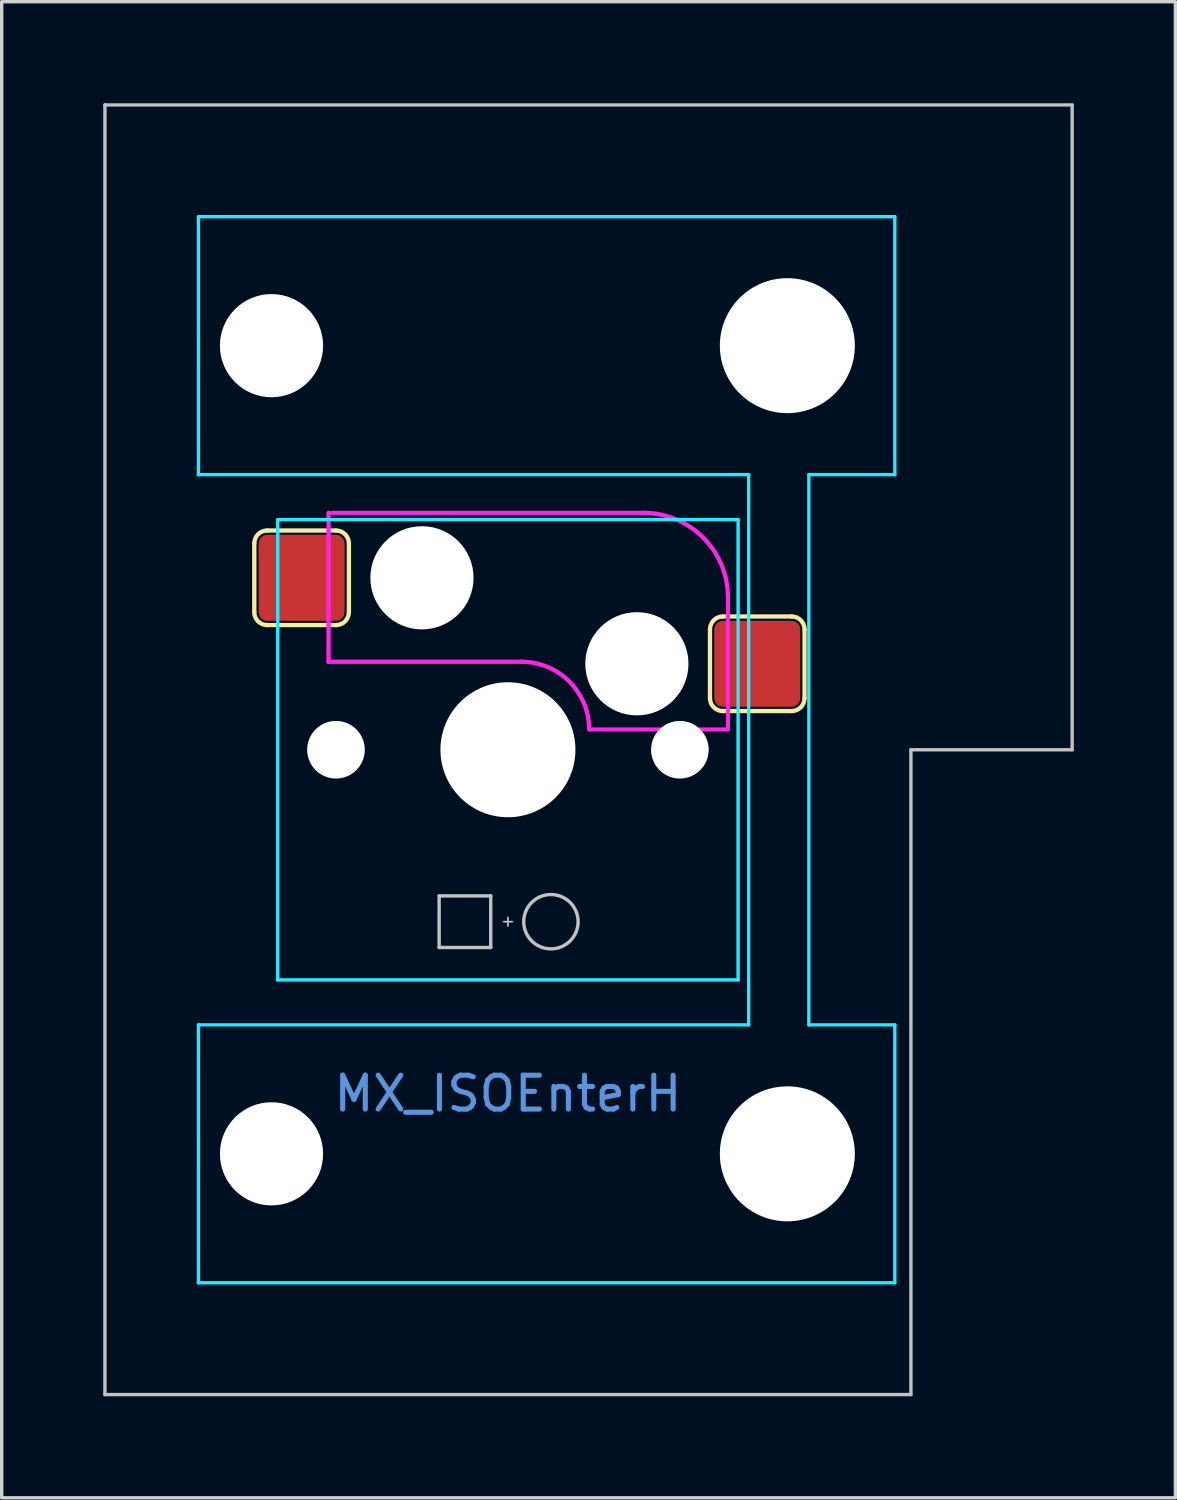
<source format=kicad_pcb>
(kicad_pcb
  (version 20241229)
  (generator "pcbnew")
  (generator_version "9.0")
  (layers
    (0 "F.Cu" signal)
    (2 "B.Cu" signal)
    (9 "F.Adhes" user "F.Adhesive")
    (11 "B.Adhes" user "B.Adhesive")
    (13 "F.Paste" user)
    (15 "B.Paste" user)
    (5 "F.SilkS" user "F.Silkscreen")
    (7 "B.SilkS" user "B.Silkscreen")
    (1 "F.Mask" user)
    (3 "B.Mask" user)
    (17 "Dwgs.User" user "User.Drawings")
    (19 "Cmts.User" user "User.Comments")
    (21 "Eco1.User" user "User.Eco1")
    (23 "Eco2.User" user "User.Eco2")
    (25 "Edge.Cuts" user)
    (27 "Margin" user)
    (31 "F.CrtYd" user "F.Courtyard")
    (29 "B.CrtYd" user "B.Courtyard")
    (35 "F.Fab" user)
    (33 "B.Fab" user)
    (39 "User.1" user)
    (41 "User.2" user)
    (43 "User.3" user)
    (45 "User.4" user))
  (footprint "MX_ISOEnterH"
    (layer "F.Cu")
    (at 11.956 19.1)
    (property "Reference" "MX_ISOEnterH" (at 0 10.16 0) (unlocked yes) (layer "Cmts.User") (effects (font (size 1 1) (thickness 0.15))))
    (attr smd)
    (fp_line (start -7.493 -6.096) (end -7.493 -4.064) (stroke (width 0.127) (type solid)) (layer "F.SilkS"))
    (fp_line (start -7.112 -3.683) (end -5.08 -3.683) (stroke (width 0.127) (type solid)) (layer "F.SilkS"))
    (fp_line (start -5.08 -6.477) (end -7.112 -6.477) (stroke (width 0.127) (type solid)) (layer "F.SilkS"))
    (fp_line (start -4.699 -4.064) (end -4.699 -6.096) (stroke (width 0.127) (type solid)) (layer "F.SilkS"))
    (fp_line (start 5.969 -3.556) (end 5.969 -1.524) (stroke (width 0.127) (type solid)) (layer "F.SilkS"))
    (fp_line (start 6.35 -1.143) (end 8.382 -1.143) (stroke (width 0.127) (type solid)) (layer "F.SilkS"))
    (fp_line (start 8.382 -3.937) (end 6.35 -3.937) (stroke (width 0.127) (type solid)) (layer "F.SilkS"))
    (fp_line (start 8.763 -1.524) (end 8.763 -3.556) (stroke (width 0.127) (type solid)) (layer "F.SilkS"))
    (fp_arc (start -7.493 -6.096) (mid -7.381408 -6.365408) (end -7.112 -6.477) (stroke (width 0.127) (type solid)) (layer "F.SilkS"))
    (fp_arc (start -7.112 -3.683) (mid -7.381408 -3.794592) (end -7.493 -4.064) (stroke (width 0.127) (type solid)) (layer "F.SilkS"))
    (fp_arc (start -5.08 -6.477) (mid -4.810592 -6.365408) (end -4.699 -6.096) (stroke (width 0.127) (type solid)) (layer "F.SilkS"))
    (fp_arc (start -4.699 -4.064) (mid -4.810592 -3.794592) (end -5.08 -3.683) (stroke (width 0.127) (type solid)) (layer "F.SilkS"))
    (fp_arc (start 5.969 -3.556) (mid 6.080592 -3.825408) (end 6.35 -3.937) (stroke (width 0.127) (type solid)) (layer "F.SilkS"))
    (fp_arc (start 6.35 -1.143) (mid 6.080592 -1.254592) (end 5.969 -1.524) (stroke (width 0.127) (type solid)) (layer "F.SilkS"))
    (fp_arc (start 8.382 -3.937) (mid 8.651408 -3.825408) (end 8.763 -3.556) (stroke (width 0.127) (type solid)) (layer "F.SilkS"))
    (fp_arc (start 8.763 -1.524) (mid 8.651408 -1.254592) (end 8.382 -1.143) (stroke (width 0.127) (type solid)) (layer "F.SilkS"))
    (fp_line (start -11.906 19.05) (end -11.906 -19.05) (stroke (width 0.1) (type solid)) (layer "Dwgs.User"))
    (fp_line (start -2.032 4.318) (end -2.032 5.842) (stroke (width 0.1) (type solid)) (layer "Dwgs.User"))
    (fp_line (start -2.032 5.842) (end -0.508 5.842) (stroke (width 0.1) (type solid)) (layer "Dwgs.User"))
    (fp_line (start -0.508 4.318) (end -2.032 4.318) (stroke (width 0.1) (type solid)) (layer "Dwgs.User"))
    (fp_line (start -0.508 4.318) (end -0.508 5.842) (stroke (width 0.1) (type solid)) (layer "Dwgs.User"))
    (fp_line (start -0.127 5.08) (end 0.127 5.08) (stroke (width 0.05) (type solid)) (layer "Dwgs.User"))
    (fp_line (start 0 5.207) (end 0 4.953) (stroke (width 0.05) (type solid)) (layer "Dwgs.User"))
    (fp_line (start 11.906 19.05) (end -11.906 19.05) (stroke (width 0.1) (type solid)) (layer "Dwgs.User"))
    (fp_line (start 11.906 19.05) (end 11.906 0) (stroke (width 0.1) (type solid)) (layer "Dwgs.User"))
    (fp_line (start 16.669 -19.05) (end -11.906 -19.05) (stroke (width 0.1) (type solid)) (layer "Dwgs.User"))
    (fp_line (start 16.669 0) (end 11.906 0) (stroke (width 0.1) (type solid)) (layer "Dwgs.User"))
    (fp_line (start 16.669 0) (end 16.669 -19.05) (stroke (width 0.1) (type solid)) (layer "Dwgs.User"))
    (fp_circle (center 1.27 5.08) (end 1.27 5.883) (stroke (width 0.1) (type solid)) (fill no) (layer "Dwgs.User"))
    (fp_line (start -6.985 -6.73) (end -6.985 6.732) (stroke (width 0.1) (type solid)) (layer "Eco1.User"))
    (fp_line (start -6.731 6.986) (end -5.852 6.986) (stroke (width 0.1) (type solid)) (layer "Eco1.User"))
    (fp_line (start -6.537 -15.651) (end -6.537 -9.09) (stroke (width 0.1) (type solid)) (layer "Eco1.User"))
    (fp_line (start -6.537 9.091) (end -6.537 15.652) (stroke (width 0.1) (type solid)) (layer "Eco1.User"))
    (fp_line (start -6.283 -8.836) (end -5.852 -8.836) (stroke (width 0.1) (type solid)) (layer "Eco1.User"))
    (fp_line (start -6.283 15.906) (end -3.423 15.906) (stroke (width 0.1) (type solid)) (layer "Eco1.User"))
    (fp_line (start -5.852 -6.984) (end -6.731 -6.984) (stroke (width 0.1) (type solid)) (layer "Eco1.User"))
    (fp_line (start -5.852 8.837) (end -6.283 8.837) (stroke (width 0.1) (type solid)) (layer "Eco1.User"))
    (fp_line (start -5.598 -8.582) (end -5.598 -7.238) (stroke (width 0.1) (type solid)) (layer "Eco1.User"))
    (fp_line (start -5.598 7.24) (end -5.598 8.583) (stroke (width 0.1) (type solid)) (layer "Eco1.User"))
    (fp_line (start -3.423 -15.905) (end -6.283 -15.905) (stroke (width 0.1) (type solid)) (layer "Eco1.User"))
    (fp_line (start -3.169 -16.492) (end -3.169 -16.159) (stroke (width 0.1) (type solid)) (layer "Eco1.User"))
    (fp_line (start -3.169 16.16) (end -3.169 16.494) (stroke (width 0.1) (type solid)) (layer "Eco1.User"))
    (fp_line (start -2.915 16.748) (end 0.563 16.748) (stroke (width 0.1) (type solid)) (layer "Eco1.User"))
    (fp_line (start -2.087 0.001) (end 2.104 0.001) (stroke (width 0.1) (type solid)) (layer "Eco1.User"))
    (fp_line (start -0.001 -2.158) (end -0.001 2.16) (stroke (width 0.1) (type solid)) (layer "Eco1.User"))
    (fp_line (start 0.563 -16.746) (end -2.915 -16.746) (stroke (width 0.1) (type solid)) (layer "Eco1.User"))
    (fp_line (start 0.817 -16.159) (end 0.817 -16.492) (stroke (width 0.1) (type solid)) (layer "Eco1.User"))
    (fp_line (start 0.817 16.494) (end 0.817 16.16) (stroke (width 0.1) (type solid)) (layer "Eco1.User"))
    (fp_line (start 1.071 15.906) (end 6.177 15.906) (stroke (width 0.1) (type solid)) (layer "Eco1.User"))
    (fp_line (start 5.757 -7.238) (end 5.757 -8.582) (stroke (width 0.1) (type solid)) (layer "Eco1.User"))
    (fp_line (start 5.757 8.583) (end 5.757 7.24) (stroke (width 0.1) (type solid)) (layer "Eco1.User"))
    (fp_line (start 6.011 -8.836) (end 6.289 -8.836) (stroke (width 0.1) (type solid)) (layer "Eco1.User"))
    (fp_line (start 6.011 6.986) (end 6.749 6.986) (stroke (width 0.1) (type solid)) (layer "Eco1.User"))
    (fp_line (start 6.177 -15.905) (end 1.071 -15.905) (stroke (width 0.1) (type solid)) (layer "Eco1.User"))
    (fp_line (start 6.289 8.837) (end 6.011 8.837) (stroke (width 0.1) (type solid)) (layer "Eco1.User"))
    (fp_line (start 6.431 -14.42) (end 6.431 -15.651) (stroke (width 0.1) (type solid)) (layer "Eco1.User"))
    (fp_line (start 6.431 15.652) (end 6.431 14.421) (stroke (width 0.1) (type solid)) (layer "Eco1.User"))
    (fp_line (start 6.543 -9.09) (end 6.543 -10.265) (stroke (width 0.1) (type solid)) (layer "Eco1.User"))
    (fp_line (start 6.543 10.266) (end 6.543 9.091) (stroke (width 0.1) (type solid)) (layer "Eco1.User"))
    (fp_line (start 6.685 14.167) (end 7.805 14.167) (stroke (width 0.1) (type solid)) (layer "Eco1.User"))
    (fp_line (start 6.749 -6.984) (end 6.011 -6.984) (stroke (width 0.1) (type solid)) (layer "Eco1.User"))
    (fp_line (start 6.797 -10.519) (end 7.805 -10.519) (stroke (width 0.1) (type solid)) (layer "Eco1.User"))
    (fp_line (start 7.003 6.732) (end 7.003 -6.73) (stroke (width 0.1) (type solid)) (layer "Eco1.User"))
    (fp_line (start 7.805 -14.166) (end 6.685 -14.166) (stroke (width 0.1) (type solid)) (layer "Eco1.User"))
    (fp_line (start 7.805 10.52) (end 6.797 10.52) (stroke (width 0.1) (type solid)) (layer "Eco1.User"))
    (fp_line (start 8.059 -10.773) (end 8.059 -13.912) (stroke (width 0.1) (type solid)) (layer "Eco1.User"))
    (fp_line (start 8.059 13.913) (end 8.059 10.774) (stroke (width 0.1) (type solid)) (layer "Eco1.User"))
    (fp_arc (start -6.985 -6.730206) (mid -6.910605 -6.909811) (end -6.731 -6.984206) (stroke (width 0.1) (type solid)) (layer "Eco1.User"))
    (fp_arc (start -6.731 6.985812) (mid -6.910605 6.911417) (end -6.985 6.731812) (stroke (width 0.1) (type solid)) (layer "Eco1.User"))
    (fp_arc (start -6.537389 -15.650819) (mid -6.462994 -15.830424) (end -6.283389 -15.904819) (stroke (width 0.1) (type solid)) (layer "Eco1.User"))
    (fp_arc (start -6.537389 9.09126) (mid -6.462994 8.911655) (end -6.283389 8.83726) (stroke (width 0.1) (type solid)) (layer "Eco1.User"))
    (fp_arc (start -6.283389 -8.835655) (mid -6.462994 -8.91005) (end -6.537389 -9.089655) (stroke (width 0.1) (type solid)) (layer "Eco1.User"))
    (fp_arc (start -6.283389 15.906426) (mid -6.462994 15.832031) (end -6.537389 15.652426) (stroke (width 0.1) (type solid)) (layer "Eco1.User"))
    (fp_arc (start -5.851639 -8.835655) (mid -5.672034 -8.76126) (end -5.597639 -8.581655) (stroke (width 0.1) (type solid)) (layer "Eco1.User"))
    (fp_arc (start -5.851639 6.985812) (mid -5.672034 7.060207) (end -5.597639 7.239812) (stroke (width 0.1) (type solid)) (layer "Eco1.User"))
    (fp_arc (start -5.597639 -7.238206) (mid -5.672034 -7.058601) (end -5.851639 -6.984206) (stroke (width 0.1) (type solid)) (layer "Eco1.User"))
    (fp_arc (start -5.597639 8.58326) (mid -5.672034 8.762865) (end -5.851639 8.83726) (stroke (width 0.1) (type solid)) (layer "Eco1.User"))
    (fp_arc (start -3.423367 15.906426) (mid -3.243762 15.980821) (end -3.169367 16.160426) (stroke (width 0.1) (type solid)) (layer "Eco1.User"))
    (fp_arc (start -3.169367 -16.492386) (mid -3.094972 -16.671991) (end -2.915367 -16.746386) (stroke (width 0.1) (type solid)) (layer "Eco1.User"))
    (fp_arc (start -3.169367 -16.158819) (mid -3.243762 -15.979214) (end -3.423367 -15.904819) (stroke (width 0.1) (type solid)) (layer "Eco1.User"))
    (fp_arc (start -2.915367 16.747995) (mid -3.094972 16.6736) (end -3.169367 16.493995) (stroke (width 0.1) (type solid)) (layer "Eco1.User"))
    (fp_arc (start 0.562684 -16.746386) (mid 0.742289 -16.671991) (end 0.816684 -16.492386) (stroke (width 0.1) (type solid)) (layer "Eco1.User"))
    (fp_arc (start 0.816684 16.160426) (mid 0.891079 15.980821) (end 1.070684 15.906426) (stroke (width 0.1) (type solid)) (layer "Eco1.User"))
    (fp_arc (start 0.816684 16.493995) (mid 0.742289 16.6736) (end 0.562684 16.747995) (stroke (width 0.1) (type solid)) (layer "Eco1.User"))
    (fp_arc (start 1.070684 -15.904819) (mid 0.891079 -15.979214) (end 0.816684 -16.158819) (stroke (width 0.1) (type solid)) (layer "Eco1.User"))
    (fp_arc (start 5.757382 -8.581655) (mid 5.831777 -8.76126) (end 6.011382 -8.835655) (stroke (width 0.1) (type solid)) (layer "Eco1.User"))
    (fp_arc (start 5.757382 7.239812) (mid 5.831777 7.060207) (end 6.011382 6.985812) (stroke (width 0.1) (type solid)) (layer "Eco1.User"))
    (fp_arc (start 6.011382 -6.984206) (mid 5.831777 -7.058601) (end 5.757382 -7.238206) (stroke (width 0.1) (type solid)) (layer "Eco1.User"))
    (fp_arc (start 6.011382 8.83726) (mid 5.831777 8.762865) (end 5.757382 8.58326) (stroke (width 0.1) (type solid)) (layer "Eco1.User"))
    (fp_arc (start 6.176634 -15.904819) (mid 6.356239 -15.830424) (end 6.430634 -15.650819) (stroke (width 0.1) (type solid)) (layer "Eco1.User"))
    (fp_arc (start 6.288846 8.83726) (mid 6.468451 8.911655) (end 6.542846 9.09126) (stroke (width 0.1) (type solid)) (layer "Eco1.User"))
    (fp_arc (start 6.430634 14.421189) (mid 6.505029 14.241584) (end 6.684634 14.167189) (stroke (width 0.1) (type solid)) (layer "Eco1.User"))
    (fp_arc (start 6.430634 15.652426) (mid 6.356239 15.832031) (end 6.176634 15.906426) (stroke (width 0.1) (type solid)) (layer "Eco1.User"))
    (fp_arc (start 6.542846 -10.264789) (mid 6.617241 -10.444394) (end 6.796846 -10.518789) (stroke (width 0.1) (type solid)) (layer "Eco1.User"))
    (fp_arc (start 6.542846 -9.089655) (mid 6.468451 -8.91005) (end 6.288846 -8.835655) (stroke (width 0.1) (type solid)) (layer "Eco1.User"))
    (fp_arc (start 6.684634 -14.16558) (mid 6.505029 -14.239975) (end 6.430634 -14.41958) (stroke (width 0.1) (type solid)) (layer "Eco1.User"))
    (fp_arc (start 6.748758 -6.984206) (mid 6.928363 -6.909811) (end 7.002758 -6.730206) (stroke (width 0.1) (type solid)) (layer "Eco1.User"))
    (fp_arc (start 6.796846 10.520399) (mid 6.617241 10.446004) (end 6.542846 10.266399) (stroke (width 0.1) (type solid)) (layer "Eco1.User"))
    (fp_arc (start 7.002758 6.731812) (mid 6.928363 6.911417) (end 6.748758 6.985812) (stroke (width 0.1) (type solid)) (layer "Eco1.User"))
    (fp_arc (start 7.80542 -14.16558) (mid 7.985025 -14.091185) (end 8.05942 -13.91158) (stroke (width 0.1) (type solid)) (layer "Eco1.User"))
    (fp_arc (start 7.80542 10.520399) (mid 7.985025 10.594794) (end 8.05942 10.774399) (stroke (width 0.1) (type solid)) (layer "Eco1.User"))
    (fp_arc (start 8.05942 -10.772789) (mid 7.985025 -10.593184) (end 7.80542 -10.518789) (stroke (width 0.1) (type solid)) (layer "Eco1.User"))
    (fp_arc (start 8.05942 13.913189) (mid 7.985025 14.092794) (end 7.80542 14.167189) (stroke (width 0.1) (type solid)) (layer "Eco1.User"))
    (fp_circle (center 0 0) (end 0 -1.904) (stroke (width 0.1) (type solid)) (fill no) (layer "Eco1.User"))
    (fp_line (start -9.144 -15.748) (end 11.43 -15.748) (stroke (width 0.1) (type solid)) (layer "B.CrtYd"))
    (fp_line (start -9.144 -8.128) (end -9.144 -15.748) (stroke (width 0.1) (type solid)) (layer "B.CrtYd"))
    (fp_line (start -9.144 -8.128) (end 7.112 -8.128) (stroke (width 0.1) (type solid)) (layer "B.CrtYd"))
    (fp_line (start -9.144 8.128) (end 7.112 8.128) (stroke (width 0.1) (type solid)) (layer "B.CrtYd"))
    (fp_line (start -9.144 15.748) (end -9.144 8.128) (stroke (width 0.1) (type solid)) (layer "B.CrtYd"))
    (fp_line (start -6.8 6.8) (end -6.8 -6.8) (stroke (width 0.1) (type solid)) (layer "B.CrtYd"))
    (fp_line (start 6.8 -6.8) (end -6.8 -6.8) (stroke (width 0.1) (type solid)) (layer "B.CrtYd"))
    (fp_line (start 6.8 6.8) (end -6.8 6.8) (stroke (width 0.1) (type solid)) (layer "B.CrtYd"))
    (fp_line (start 6.8 6.8) (end 6.8 -6.8) (stroke (width 0.1) (type solid)) (layer "B.CrtYd"))
    (fp_line (start 7.112 8.128) (end 7.112 -8.128) (stroke (width 0.1) (type solid)) (layer "B.CrtYd"))
    (fp_line (start 8.89 8.128) (end 8.89 -8.128) (stroke (width 0.1) (type solid)) (layer "B.CrtYd"))
    (fp_line (start 11.43 -15.748) (end 11.43 -8.128) (stroke (width 0.1) (type solid)) (layer "B.CrtYd"))
    (fp_line (start 11.43 -8.128) (end 8.89 -8.128) (stroke (width 0.1) (type solid)) (layer "B.CrtYd"))
    (fp_line (start 11.43 8.128) (end 8.89 8.128) (stroke (width 0.1) (type solid)) (layer "B.CrtYd"))
    (fp_line (start 11.43 8.128) (end 11.43 15.748) (stroke (width 0.1) (type solid)) (layer "B.CrtYd"))
    (fp_line (start 11.43 15.748) (end -9.144 15.748) (stroke (width 0.1) (type solid)) (layer "B.CrtYd"))
    (fp_line (start -5.3 -7) (end -5.3 -2.6) (stroke (width 0.127) (type solid)) (layer "F.CrtYd"))
    (fp_line (start 0.4 -2.6) (end -5.3 -2.6) (stroke (width 0.127) (type solid)) (layer "F.CrtYd"))
    (fp_line (start 4 -7) (end -5.2 -7) (stroke (width 0.12) (type solid)) (layer "F.CrtYd"))
    (fp_line (start 6.5 -4.5) (end 6.5 -0.6) (stroke (width 0.12) (type solid)) (layer "F.CrtYd"))
    (fp_line (start 6.5 -0.6) (end 2.4 -0.6) (stroke (width 0.12) (type solid)) (layer "F.CrtYd"))
    (fp_arc (start 0.4 -2.6) (mid 1.814214 -2.014214) (end 2.4 -0.6) (stroke (width 0.127) (type solid)) (layer "F.CrtYd"))
    (fp_arc (start 4 -7) (mid 5.767767 -6.267767) (end 6.5 -4.5) (stroke (width 0.127) (type solid)) (layer "F.CrtYd"))
    (pad "" np_thru_hole circle (at -6.985 -11.938 90) (size 3.048 3.048) (drill 3.048) (layers "*.Cu" "*.Mask"))
    (pad "" np_thru_hole circle (at -6.985 11.938 90) (size 3.048 3.048) (drill 3.048) (layers "*.Cu" "*.Mask"))
    (pad "" np_thru_hole circle (at -5.08 0 270) (size 1.702 1.702) (drill 1.702) (layers "*.Cu" "*.Mask"))
    (pad "" np_thru_hole circle (at -2.54 -5.08) (size 3.048 3.048) (drill 3.048) (layers "*.Cu" "*.Mask"))
    (pad "" np_thru_hole circle (at 0 0) (size 3.988 3.988) (drill 3.988) (layers "*.Cu" "*.Mask"))
    (pad "" np_thru_hole circle (at 3.81 -2.54) (size 3.048 3.048) (drill 3.048) (layers "*.Cu" "*.Mask"))
    (pad "" np_thru_hole circle (at 5.08 0 270) (size 1.702 1.702) (drill 1.702) (layers "*.Cu" "*.Mask"))
    (pad "" np_thru_hole circle (at 8.255 -11.938 90) (size 3.988 3.988) (drill 3.988) (layers "*.Cu" "*.Mask"))
    (pad "" np_thru_hole circle (at 8.255 11.938 90) (size 3.988 3.988) (drill 3.988) (layers "*.Cu" "*.Mask"))
    (pad "1" smd roundrect (at -6.096 -5.08) (size 2.54 2.54) (layers "F.Cu" "F.Mask") (roundrect_rratio 0.1))
    (pad "2" smd roundrect (at 7.366 -2.54) (size 2.54 2.54) (layers "F.Cu" "F.Mask") (roundrect_rratio 0.1)))
  (gr_rect
    (start -3 -3)
    (end 31.675 41.2)
    (stroke (width 0.1) (type default))
    (fill no)
    (layer "Edge.Cuts")))
</source>
